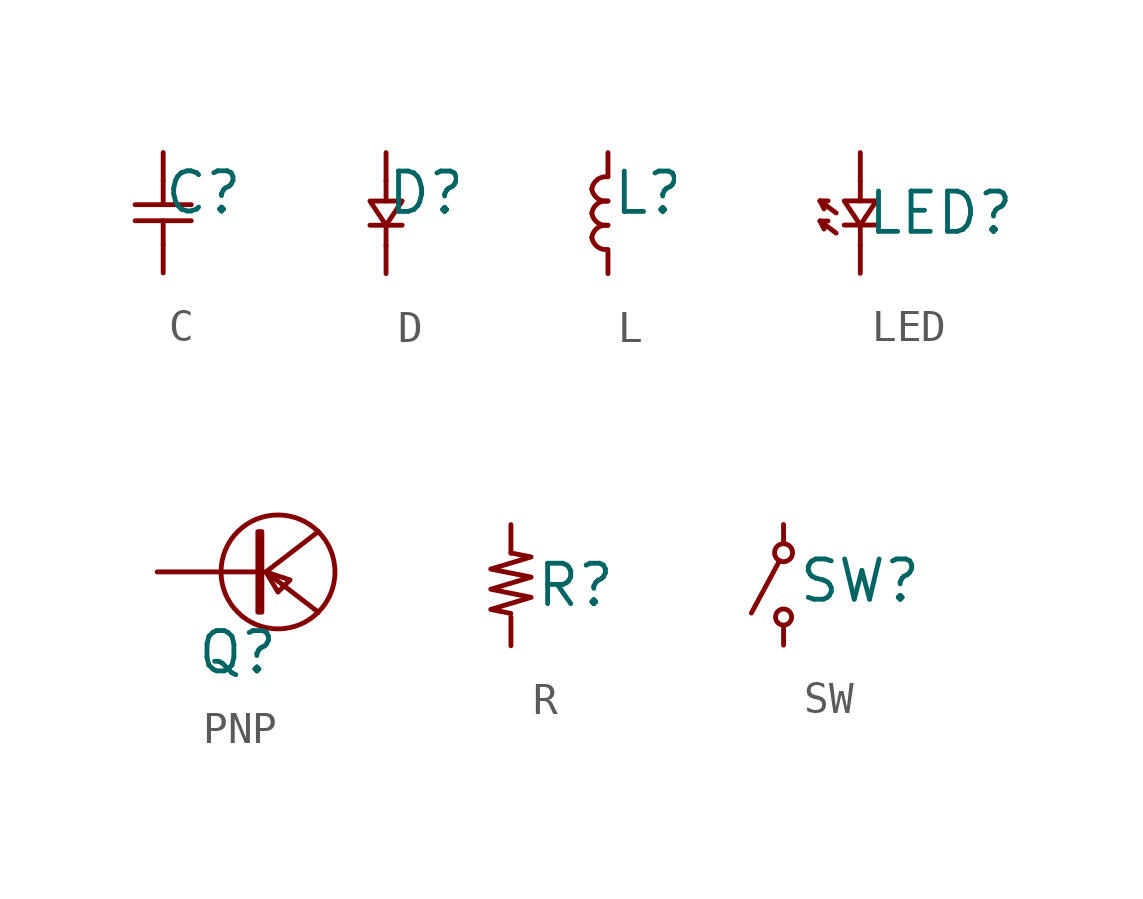
<source format=kicad_sym>
(kicad_symbol_lib
  (version 20220914)
  (generator kicad_symbol_editor)
  (symbol "C"
    (pin_numbers hide)
    (property "Reference" "C"
      (at 1.27 2.54 0)
      (effects (font (size 1.27 1.27))))
    (property "Value" ""
      (at 0 0 0)
      (effects (font (size 1.27 1.27))))
    (symbol "C_0_1"
      (polyline (pts (xy -0.889 1.651) (xy 0.889 1.651)) (stroke (width 0) (type default)) (fill (type none)))
      (polyline (pts (xy -0.889 2.159) (xy 0.889 2.159)) (stroke (width 0) (type default)) (fill (type none)))
      (polyline (pts (xy 0 1.651) (xy 0 0.889)) (stroke (width 0) (type default)) (fill (type none)))
      (polyline (pts (xy 0 2.921) (xy 0 2.159)) (stroke (width 0) (type default)) (fill (type none))))
    (symbol "C_1_1"
      (pin passive line (at 0 3.81 270) (length 0.9) (name "" (effects (font (size 1.27 1.27)))) (number "1" (effects (font (size 1.27 1.27)))))
      (pin passive line (at 0 0 90) (length 0.9) (name "" (effects (font (size 1.27 1.27)))) (number "2" (effects (font (size 1.27 1.27)))))))
  (symbol "D"
    (pin_numbers hide)
    (property "Reference" "D"
      (at 1.27 2.54 0)
      (effects (font (size 1.27 1.27))))
    (property "Value" ""
      (at 0 0 0)
      (effects (font (size 1.27 1.27))))
    (symbol "D_0_1"
      (polyline (pts (xy -0.508 1.524) (xy 0.508 1.524)) (stroke (width 0) (type default)) (fill (type none)))
      (polyline (pts (xy 0 1.524) (xy 0 0.889)) (stroke (width 0) (type default)) (fill (type none)))
      (polyline (pts (xy 0 2.921) (xy 0 2.286)) (stroke (width 0) (type default)) (fill (type none)))
      (polyline (pts (xy -0.508 2.286) (xy 0.508 2.286) (xy 0 1.524) (xy -0.508 2.286)) (stroke (width 0) (type default)) (fill (type none))))
    (symbol "D_1_1"
      (pin passive line (at 0 3.81 270) (length 0.9) (name "" (effects (font (size 1.27 1.27)))) (number "1" (effects (font (size 1.27 1.27)))))
      (pin passive line (at 0 0 90) (length 0.9) (name "" (effects (font (size 1.27 1.27)))) (number "2" (effects (font (size 1.27 1.27)))))))
  (symbol "L"
    (pin_numbers hide)
    (property "Reference" "L"
      (at 1.27 2.54 0)
      (effects (font (size 1.27 1.27))))
    (property "Value" ""
      (at 0 0 0)
      (effects (font (size 1.27 1.27))))
    (symbol "L_0_1"
      (arc (start -0.508 1.143) (mid -0.3329 0.8473) (end 0 0.762) (stroke (width 0) (type default)) (fill (type none)))
      (arc (start -0.508 1.905) (mid -0.3329 1.6093) (end 0 1.524) (stroke (width 0) (type default)) (fill (type none)))
      (arc (start -0.508 2.667) (mid -0.3328 2.3714) (end 0 2.286) (stroke (width 0) (type default)) (fill (type none)))
      (arc (start 0 1.524) (mid -0.3328 1.4386) (end -0.508 1.143) (stroke (width 0) (type default)) (fill (type none)))
      (arc (start 0 2.286) (mid -0.3328 2.2006) (end -0.508 1.905) (stroke (width 0) (type default)) (fill (type none)))
      (arc (start 0 3.048) (mid -0.3329 2.9626) (end -0.508 2.667) (stroke (width 0) (type default)) (fill (type none))))
    (symbol "L_1_1"
      (pin passive line (at 0 3.81 270) (length 0.7) (name "" (effects (font (size 1.27 1.27)))) (number "1" (effects (font (size 1.27 1.27)))))
      (pin passive line (at 0 0 90) (length 0.7) (name "" (effects (font (size 1.27 1.27)))) (number "2" (effects (font (size 1.27 1.27)))))))
  (symbol "LED"
    (pin_numbers hide)
    (property "Reference" "LED"
      (at 2.54 1.905 0)
      (effects (font (size 1.27 1.27))))
    (property "Value" ""
      (at 0 0 0)
      (effects (font (size 1.27 1.27))))
    (symbol "LED_0_1"
      (polyline (pts (xy -0.762 1.27) (xy -1.27 1.651)) (stroke (width 0) (type default)) (fill (type none)))
      (polyline (pts (xy -0.762 1.905) (xy -1.27 2.286)) (stroke (width 0) (type default)) (fill (type none)))
      (polyline (pts (xy -0.508 1.524) (xy 0.508 1.524)) (stroke (width 0) (type default)) (fill (type none)))
      (polyline (pts (xy 0 1.524) (xy 0 0.889)) (stroke (width 0) (type default)) (fill (type none)))
      (polyline (pts (xy 0 2.921) (xy 0 2.286)) (stroke (width 0) (type default)) (fill (type none)))
      (polyline (pts (xy -0.508 2.286) (xy 0.508 2.286) (xy 0 1.524) (xy -0.508 2.286)) (stroke (width 0) (type default)) (fill (type none))))
    (symbol "LED_1_1"
      (polyline (pts (xy -1.27 1.651) (xy -1.143 1.397)) (stroke (width 0) (type default)) (fill (type none)))
      (polyline (pts (xy -1.27 1.651) (xy -1.016 1.651)) (stroke (width 0) (type default)) (fill (type none)))
      (polyline (pts (xy -1.27 2.286) (xy -1.143 2.032)) (stroke (width 0) (type default)) (fill (type none)))
      (polyline (pts (xy -1.27 2.286) (xy -1.016 2.286)) (stroke (width 0) (type default)) (fill (type none)))
      (pin passive line (at 0 3.81 270) (length 0.9) (name "" (effects (font (size 1.27 1.27)))) (number "1" (effects (font (size 1.27 1.27)))))
      (pin passive line (at 0 0 90) (length 0.9) (name "" (effects (font (size 1.27 1.27)))) (number "2" (effects (font (size 1.27 1.27)))))))
  (symbol "PNP"
    (pin_numbers hide)
    (property "Reference" "Q"
      (at -1.27 -2.54 0)
      (effects (font (size 1.27 1.27))))
    (property "Value" ""
      (at 0 0 0)
      (effects (font (size 1.27 1.27))))
    (symbol "PNP_0_1"
      (rectangle (start -0.635 1.27) (end -0.508 -1.27) (stroke (width 0) (type default)) (fill (type none)))
      (polyline (pts (xy -0.381 0) (xy 1.27 -1.27)) (stroke (width 0) (type default)) (fill (type none)))
      (polyline (pts (xy -0.381 0) (xy 1.27 1.27)) (stroke (width 0) (type default)) (fill (type none)))
      (polyline (pts (xy -0.381 0) (xy 0 -0.635) (xy 0.381 -0.254) (xy -0.381 0)) (stroke (width 0) (type default)) (fill (type none)))
      (circle (center 0 0) (radius 1.796) (stroke (width 0) (type default)) (fill (type none))))
    (symbol "PNP_1_1"
      (pin passive line (at -3.81 0 0) (length 3.1) (name "" (effects (font (size 1.27 1.27)))) (number "1" (effects (font (size 1.27 1.27)))))
      (pin passive line (at 1.27 1.27 180) (length 0) (name "" (effects (font (size 1.27 1.27)))) (number "2" (effects (font (size 1.27 1.27)))))
      (pin passive line (at 1.27 -1.27 180) (length 0) (name "" (effects (font (size 1.27 1.27)))) (number "3" (effects (font (size 1.27 1.27)))))))
  (symbol "R"
    (pin_numbers hide)
    (property "Reference" "R"
      (at 2.032 1.905 0)
      (effects (font (size 1.27 1.27))))
    (property "Value" ""
      (at 0 0 0)
      (effects (font (size 1.27 1.27))))
    (symbol "R_0_1"
      (polyline (pts (xy 0 2.921) (xy 0.635 2.794) (xy -0.635 2.413) (xy 0.635 2.159) (xy -0.635 1.778) (xy 0.635 1.524) (xy -0.635 1.143) (xy 0 1.016)) (stroke (width 0) (type default)) (fill (type none))))
    (symbol "R_1_1"
      (pin passive line (at 0 3.81 270) (length 0.9) (name "" (effects (font (size 1.27 1.27)))) (number "1" (effects (font (size 1.27 1.27)))))
      (pin passive line (at 0 0 90) (length 0.9) (name "" (effects (font (size 1.27 1.27)))) (number "2" (effects (font (size 1.27 1.27)))))))
  (symbol "SW"
    (pin_numbers hide)
    (property "Reference" "SW"
      (at 2.413 2.032 0)
      (effects (font (size 1.27 1.27))))
    (property "Value" ""
      (at 0 0 0)
      (effects (font (size 1.27 1.27))))
    (symbol "SW_0_1"
      (polyline (pts (xy -0.127 2.667) (xy -1.016 1.016)) (stroke (width 0) (type default)) (fill (type none)))
      (circle (center 0 0.889) (radius 0.254) (stroke (width 0) (type default)) (fill (type none)))
      (circle (center 0 2.921) (radius 0.284) (stroke (width 0) (type default)) (fill (type none))))
    (symbol "SW_1_1"
      (pin passive line (at 0 3.81 270) (length 0.6) (name "" (effects (font (size 1.27 1.27)))) (number "1" (effects (font (size 1.27 1.27)))))
      (pin passive line (at 0 0 90) (length 0.6) (name "" (effects (font (size 1.27 1.27)))) (number "2" (effects (font (size 1.27 1.27))))))))
</source>
